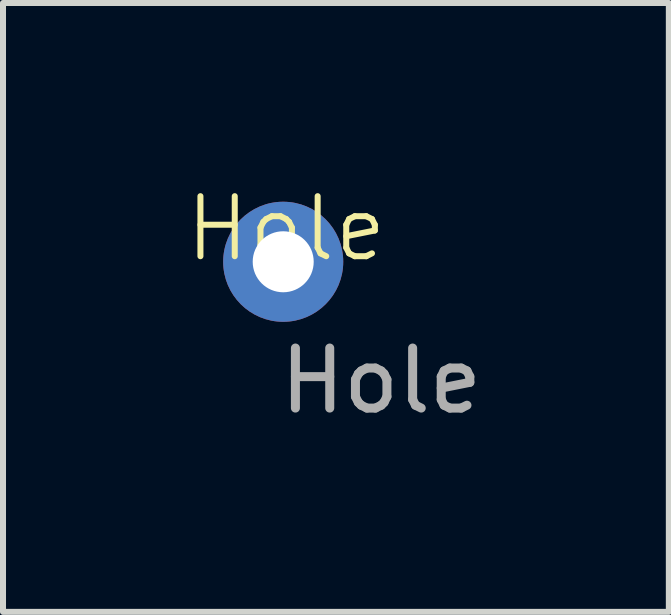
<source format=kicad_pcb>
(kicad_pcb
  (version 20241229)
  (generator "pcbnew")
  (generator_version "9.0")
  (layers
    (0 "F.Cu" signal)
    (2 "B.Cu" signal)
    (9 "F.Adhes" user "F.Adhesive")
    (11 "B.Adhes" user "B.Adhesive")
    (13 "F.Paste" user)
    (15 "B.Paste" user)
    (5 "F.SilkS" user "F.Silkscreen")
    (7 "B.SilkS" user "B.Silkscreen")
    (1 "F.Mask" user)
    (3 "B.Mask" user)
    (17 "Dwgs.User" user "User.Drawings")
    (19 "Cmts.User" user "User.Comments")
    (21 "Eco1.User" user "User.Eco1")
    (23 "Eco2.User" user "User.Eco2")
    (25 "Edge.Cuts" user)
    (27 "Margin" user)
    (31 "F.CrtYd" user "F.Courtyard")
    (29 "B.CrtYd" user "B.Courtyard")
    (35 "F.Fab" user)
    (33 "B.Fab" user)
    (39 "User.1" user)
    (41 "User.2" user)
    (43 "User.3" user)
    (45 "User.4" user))
  (footprint "Hole"
    (layer "F.Cu")
    (at 1.717 1.26)
    (property "Reference" "Hole" (at 0 -0.5 0) (unlocked yes) (layer "F.SilkS") (effects (font (size 1 1) (thickness 0.1))))
    (attr through_hole)
    (fp_text user "${REFERENCE}" (at 1.582 2.032 0) (unlocked yes) (layer "F.Fab") (effects (font (size 1 1) (thickness 0.15))))
    (pad "1" thru_hole circle (at -0.05 0.05) (size 2 2) (drill 1.016) (layers "*.Cu" "*.Mask")))
  (gr_rect
    (start -3 -3)
    (end 8.09 7.141)
    (stroke (width 0.1) (type default))
    (fill no)
    (layer "Edge.Cuts")))
</source>
